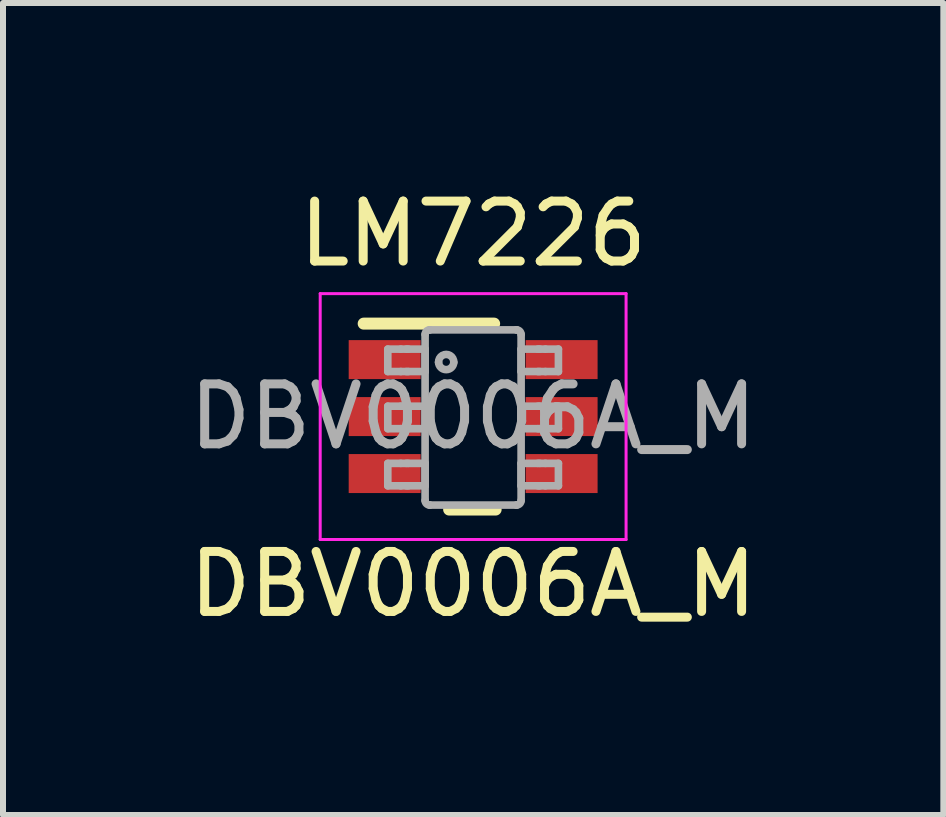
<source format=kicad_pcb>
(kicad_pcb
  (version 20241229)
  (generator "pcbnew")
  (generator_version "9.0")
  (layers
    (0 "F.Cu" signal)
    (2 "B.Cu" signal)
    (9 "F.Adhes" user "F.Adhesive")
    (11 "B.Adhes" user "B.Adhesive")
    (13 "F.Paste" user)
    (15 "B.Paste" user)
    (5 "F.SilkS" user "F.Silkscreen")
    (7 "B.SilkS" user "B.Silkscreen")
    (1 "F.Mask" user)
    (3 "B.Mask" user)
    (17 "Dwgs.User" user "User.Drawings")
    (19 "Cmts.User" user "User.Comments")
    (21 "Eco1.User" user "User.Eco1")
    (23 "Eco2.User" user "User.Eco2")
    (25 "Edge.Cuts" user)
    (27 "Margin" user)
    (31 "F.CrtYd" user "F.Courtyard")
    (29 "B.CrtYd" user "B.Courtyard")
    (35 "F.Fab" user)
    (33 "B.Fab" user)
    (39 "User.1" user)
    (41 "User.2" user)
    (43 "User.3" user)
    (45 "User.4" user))
  (footprint "DBV0006A_M"
    (layer "F.Cu")
    (at 4.839 3.896)
    (property "Reference" "DBV0006A_M" (at 0 2.794 0) (unlocked yes) (layer "F.SilkS") (effects (font (size 1 1) (thickness 0.15))))
    (attr smd)
    (fp_line (start -1.825 -1.55) (end 0.35 -1.55) (stroke (width 0.2) (type solid)) (layer "F.SilkS"))
    (fp_line (start -0.4 1.55) (end 0.375 1.55) (stroke (width 0.2) (type solid)) (layer "F.SilkS"))
    (fp_line (start -2.55 -2.05) (end 2.55 -2.05) (stroke (width 0.05) (type solid)) (layer "F.CrtYd"))
    (fp_line (start -2.55 2.05) (end -2.55 -2.05) (stroke (width 0.05) (type solid)) (layer "F.CrtYd"))
    (fp_line (start -2.55 2.05) (end 2.55 2.05) (stroke (width 0.05) (type solid)) (layer "F.CrtYd"))
    (fp_line (start 2.55 2.05) (end 2.55 -2.05) (stroke (width 0.05) (type solid)) (layer "F.CrtYd"))
    (fp_line (start -1.423 -1.125) (end -1.206 -1.125) (stroke (width 0.127) (type solid)) (layer "F.Fab"))
    (fp_line (start -1.423 -0.751) (end -1.423 -1.125) (stroke (width 0.127) (type solid)) (layer "F.Fab"))
    (fp_line (start -1.423 -0.751) (end -1.206 -0.751) (stroke (width 0.127) (type solid)) (layer "F.Fab"))
    (fp_line (start -1.423 -0.173) (end -1.206 -0.173) (stroke (width 0.127) (type solid)) (layer "F.Fab"))
    (fp_line (start -1.423 0.202) (end -1.423 -0.173) (stroke (width 0.127) (type solid)) (layer "F.Fab"))
    (fp_line (start -1.423 0.202) (end -1.206 0.202) (stroke (width 0.127) (type solid)) (layer "F.Fab"))
    (fp_line (start -1.423 0.78) (end -1.206 0.78) (stroke (width 0.127) (type solid)) (layer "F.Fab"))
    (fp_line (start -1.423 1.154) (end -1.423 0.78) (stroke (width 0.127) (type solid)) (layer "F.Fab"))
    (fp_line (start -1.423 1.154) (end -1.206 1.154) (stroke (width 0.127) (type solid)) (layer "F.Fab"))
    (fp_line (start -1.206 -1.125) (end -1.113 -1.125) (stroke (width 0.127) (type solid)) (layer "F.Fab"))
    (fp_line (start -1.206 -0.751) (end -1.113 -0.751) (stroke (width 0.127) (type solid)) (layer "F.Fab"))
    (fp_line (start -1.206 -0.173) (end -1.113 -0.173) (stroke (width 0.127) (type solid)) (layer "F.Fab"))
    (fp_line (start -1.206 0.202) (end -1.113 0.202) (stroke (width 0.127) (type solid)) (layer "F.Fab"))
    (fp_line (start -1.206 0.78) (end -1.113 0.78) (stroke (width 0.127) (type solid)) (layer "F.Fab"))
    (fp_line (start -1.206 1.154) (end -1.113 1.154) (stroke (width 0.127) (type solid)) (layer "F.Fab"))
    (fp_line (start -1.113 -1.125) (end -1.081 -1.125) (stroke (width 0.127) (type solid)) (layer "F.Fab"))
    (fp_line (start -1.113 -0.751) (end -1.081 -0.751) (stroke (width 0.127) (type solid)) (layer "F.Fab"))
    (fp_line (start -1.113 -0.173) (end -1.081 -0.173) (stroke (width 0.127) (type solid)) (layer "F.Fab"))
    (fp_line (start -1.113 0.202) (end -1.081 0.202) (stroke (width 0.127) (type solid)) (layer "F.Fab"))
    (fp_line (start -1.113 0.78) (end -1.081 0.78) (stroke (width 0.127) (type solid)) (layer "F.Fab"))
    (fp_line (start -1.113 1.154) (end -1.081 1.154) (stroke (width 0.127) (type solid)) (layer "F.Fab"))
    (fp_line (start -1.081 -1.125) (end -0.828 -1.125) (stroke (width 0.127) (type solid)) (layer "F.Fab"))
    (fp_line (start -1.081 -0.751) (end -0.828 -0.751) (stroke (width 0.127) (type solid)) (layer "F.Fab"))
    (fp_line (start -1.081 -0.173) (end -0.828 -0.173) (stroke (width 0.127) (type solid)) (layer "F.Fab"))
    (fp_line (start -1.081 0.202) (end -0.828 0.202) (stroke (width 0.127) (type solid)) (layer "F.Fab"))
    (fp_line (start -1.081 0.78) (end -0.828 0.78) (stroke (width 0.127) (type solid)) (layer "F.Fab"))
    (fp_line (start -1.081 1.154) (end -0.828 1.154) (stroke (width 0.127) (type solid)) (layer "F.Fab"))
    (fp_line (start -0.828 -1.125) (end -0.801 -1.125) (stroke (width 0.127) (type solid)) (layer "F.Fab"))
    (fp_line (start -0.828 -0.751) (end -0.801 -0.751) (stroke (width 0.127) (type solid)) (layer "F.Fab"))
    (fp_line (start -0.828 -0.173) (end -0.801 -0.173) (stroke (width 0.127) (type solid)) (layer "F.Fab"))
    (fp_line (start -0.828 0.202) (end -0.801 0.202) (stroke (width 0.127) (type solid)) (layer "F.Fab"))
    (fp_line (start -0.828 0.78) (end -0.801 0.78) (stroke (width 0.127) (type solid)) (layer "F.Fab"))
    (fp_line (start -0.828 1.154) (end -0.801 1.154) (stroke (width 0.127) (type solid)) (layer "F.Fab"))
    (fp_line (start -0.801 -0.751) (end -0.801 -1.125) (stroke (width 0.127) (type solid)) (layer "F.Fab"))
    (fp_line (start -0.801 0.202) (end -0.801 -0.173) (stroke (width 0.127) (type solid)) (layer "F.Fab"))
    (fp_line (start -0.801 1.154) (end -0.801 0.78) (stroke (width 0.127) (type solid)) (layer "F.Fab"))
    (fp_line (start -0.801 1.399) (end -0.801 -1.37) (stroke (width 0.127) (type solid)) (layer "F.Fab"))
    (fp_line (start -0.725 -1.446) (end -0.724 -1.446) (stroke (width 0.127) (type solid)) (layer "F.Fab"))
    (fp_line (start -0.725 1.475) (end -0.724 1.475) (stroke (width 0.127) (type solid)) (layer "F.Fab"))
    (fp_line (start -0.724 -1.446) (end 0.723 -1.446) (stroke (width 0.127) (type solid)) (layer "F.Fab"))
    (fp_line (start -0.724 1.475) (end 0.723 1.475) (stroke (width 0.127) (type solid)) (layer "F.Fab"))
    (fp_line (start 0.723 -1.446) (end 0.724 -1.446) (stroke (width 0.127) (type solid)) (layer "F.Fab"))
    (fp_line (start 0.723 1.475) (end 0.724 1.475) (stroke (width 0.127) (type solid)) (layer "F.Fab"))
    (fp_line (start 0.8 -1.125) (end 0.827 -1.125) (stroke (width 0.127) (type solid)) (layer "F.Fab"))
    (fp_line (start 0.8 -0.751) (end 0.8 -1.125) (stroke (width 0.127) (type solid)) (layer "F.Fab"))
    (fp_line (start 0.8 -0.751) (end 0.827 -0.751) (stroke (width 0.127) (type solid)) (layer "F.Fab"))
    (fp_line (start 0.8 -0.173) (end 0.827 -0.173) (stroke (width 0.127) (type solid)) (layer "F.Fab"))
    (fp_line (start 0.8 0.202) (end 0.8 -0.173) (stroke (width 0.127) (type solid)) (layer "F.Fab"))
    (fp_line (start 0.8 0.202) (end 0.827 0.202) (stroke (width 0.127) (type solid)) (layer "F.Fab"))
    (fp_line (start 0.8 0.78) (end 0.827 0.78) (stroke (width 0.127) (type solid)) (layer "F.Fab"))
    (fp_line (start 0.8 1.154) (end 0.8 0.78) (stroke (width 0.127) (type solid)) (layer "F.Fab"))
    (fp_line (start 0.8 1.154) (end 0.827 1.154) (stroke (width 0.127) (type solid)) (layer "F.Fab"))
    (fp_line (start 0.8 1.399) (end 0.8 -1.37) (stroke (width 0.127) (type solid)) (layer "F.Fab"))
    (fp_line (start 0.827 -1.125) (end 1.08 -1.125) (stroke (width 0.127) (type solid)) (layer "F.Fab"))
    (fp_line (start 0.827 -0.751) (end 1.08 -0.751) (stroke (width 0.127) (type solid)) (layer "F.Fab"))
    (fp_line (start 0.827 -0.173) (end 1.08 -0.173) (stroke (width 0.127) (type solid)) (layer "F.Fab"))
    (fp_line (start 0.827 0.202) (end 1.08 0.202) (stroke (width 0.127) (type solid)) (layer "F.Fab"))
    (fp_line (start 0.827 0.78) (end 1.08 0.78) (stroke (width 0.127) (type solid)) (layer "F.Fab"))
    (fp_line (start 0.827 1.154) (end 1.08 1.154) (stroke (width 0.127) (type solid)) (layer "F.Fab"))
    (fp_line (start 1.08 -1.125) (end 1.112 -1.125) (stroke (width 0.127) (type solid)) (layer "F.Fab"))
    (fp_line (start 1.08 -0.751) (end 1.112 -0.751) (stroke (width 0.127) (type solid)) (layer "F.Fab"))
    (fp_line (start 1.08 -0.173) (end 1.112 -0.173) (stroke (width 0.127) (type solid)) (layer "F.Fab"))
    (fp_line (start 1.08 0.202) (end 1.112 0.202) (stroke (width 0.127) (type solid)) (layer "F.Fab"))
    (fp_line (start 1.08 0.78) (end 1.112 0.78) (stroke (width 0.127) (type solid)) (layer "F.Fab"))
    (fp_line (start 1.08 1.154) (end 1.112 1.154) (stroke (width 0.127) (type solid)) (layer "F.Fab"))
    (fp_line (start 1.112 -1.125) (end 1.205 -1.125) (stroke (width 0.127) (type solid)) (layer "F.Fab"))
    (fp_line (start 1.112 -0.751) (end 1.205 -0.751) (stroke (width 0.127) (type solid)) (layer "F.Fab"))
    (fp_line (start 1.112 -0.173) (end 1.205 -0.173) (stroke (width 0.127) (type solid)) (layer "F.Fab"))
    (fp_line (start 1.112 0.202) (end 1.205 0.202) (stroke (width 0.127) (type solid)) (layer "F.Fab"))
    (fp_line (start 1.112 0.78) (end 1.205 0.78) (stroke (width 0.127) (type solid)) (layer "F.Fab"))
    (fp_line (start 1.112 1.154) (end 1.205 1.154) (stroke (width 0.127) (type solid)) (layer "F.Fab"))
    (fp_line (start 1.205 -1.125) (end 1.422 -1.125) (stroke (width 0.127) (type solid)) (layer "F.Fab"))
    (fp_line (start 1.205 -0.751) (end 1.422 -0.751) (stroke (width 0.127) (type solid)) (layer "F.Fab"))
    (fp_line (start 1.205 -0.173) (end 1.422 -0.173) (stroke (width 0.127) (type solid)) (layer "F.Fab"))
    (fp_line (start 1.205 0.202) (end 1.422 0.202) (stroke (width 0.127) (type solid)) (layer "F.Fab"))
    (fp_line (start 1.205 0.78) (end 1.422 0.78) (stroke (width 0.127) (type solid)) (layer "F.Fab"))
    (fp_line (start 1.205 1.154) (end 1.422 1.154) (stroke (width 0.127) (type solid)) (layer "F.Fab"))
    (fp_line (start 1.422 -0.751) (end 1.422 -1.125) (stroke (width 0.127) (type solid)) (layer "F.Fab"))
    (fp_line (start 1.422 0.202) (end 1.422 -0.173) (stroke (width 0.127) (type solid)) (layer "F.Fab"))
    (fp_line (start 1.422 1.154) (end 1.422 0.78) (stroke (width 0.127) (type solid)) (layer "F.Fab"))
    (fp_arc (start -0.800692 -1.369901) (mid -0.778512 -1.423533) (end -0.724999 -1.446) (stroke (width 0.127) (type solid)) (layer "F.Fab"))
    (fp_arc (start -0.724999 1.475002) (mid -0.778507 1.452548) (end -0.800692 1.398928) (stroke (width 0.127) (type solid)) (layer "F.Fab"))
    (fp_arc (start -0.576537 -0.906071) (mid -0.449562 -1.033046) (end -0.322588 -0.906071) (stroke (width 0.127) (type solid)) (layer "F.Fab"))
    (fp_arc (start -0.322588 -0.906071) (mid -0.449562 -0.779097) (end -0.576537 -0.906071) (stroke (width 0.127) (type solid)) (layer "F.Fab"))
    (fp_arc (start 0.723841 -1.446) (mid 0.777341 -1.423528) (end 0.799508 -1.369901) (stroke (width 0.127) (type solid)) (layer "F.Fab"))
    (fp_arc (start 0.799508 1.398928) (mid 0.777336 1.452543) (end 0.723841 1.475002) (stroke (width 0.127) (type solid)) (layer "F.Fab"))
    (fp_text user "LM7226" (at 0 -3.048 0) (unlocked yes) (layer "F.SilkS") (effects (font (size 1 1) (thickness 0.15))))
    (fp_text user "${REFERENCE}" (at 0 0 0) (unlocked yes) (layer "F.Fab") (effects (font (size 1 1) (thickness 0.15))))
    (pad "1" smd rect (at -1.475 -0.95 90) (size 0.65 1.2) (layers "F.Cu" "F.Mask" "F.Paste"))
    (pad "2" smd rect (at -1.475 0 90) (size 0.65 1.2) (layers "F.Cu" "F.Mask" "F.Paste"))
    (pad "3" smd rect (at -1.475 0.95 90) (size 0.65 1.2) (layers "F.Cu" "F.Mask" "F.Paste"))
    (pad "4" smd rect (at 1.475 0.95 90) (size 0.65 1.2) (layers "F.Cu" "F.Mask" "F.Paste"))
    (pad "5" smd rect (at 1.475 0 90) (size 0.65 1.2) (layers "F.Cu" "F.Mask" "F.Paste"))
    (pad "6" smd rect (at 1.475 -0.95 90) (size 0.65 1.2) (layers "F.Cu" "F.Mask" "F.Paste")))
  (gr_rect
    (start -3 -3)
    (end 12.679 10.539)
    (stroke (width 0.1) (type default))
    (fill no)
    (layer "Edge.Cuts")))
</source>
